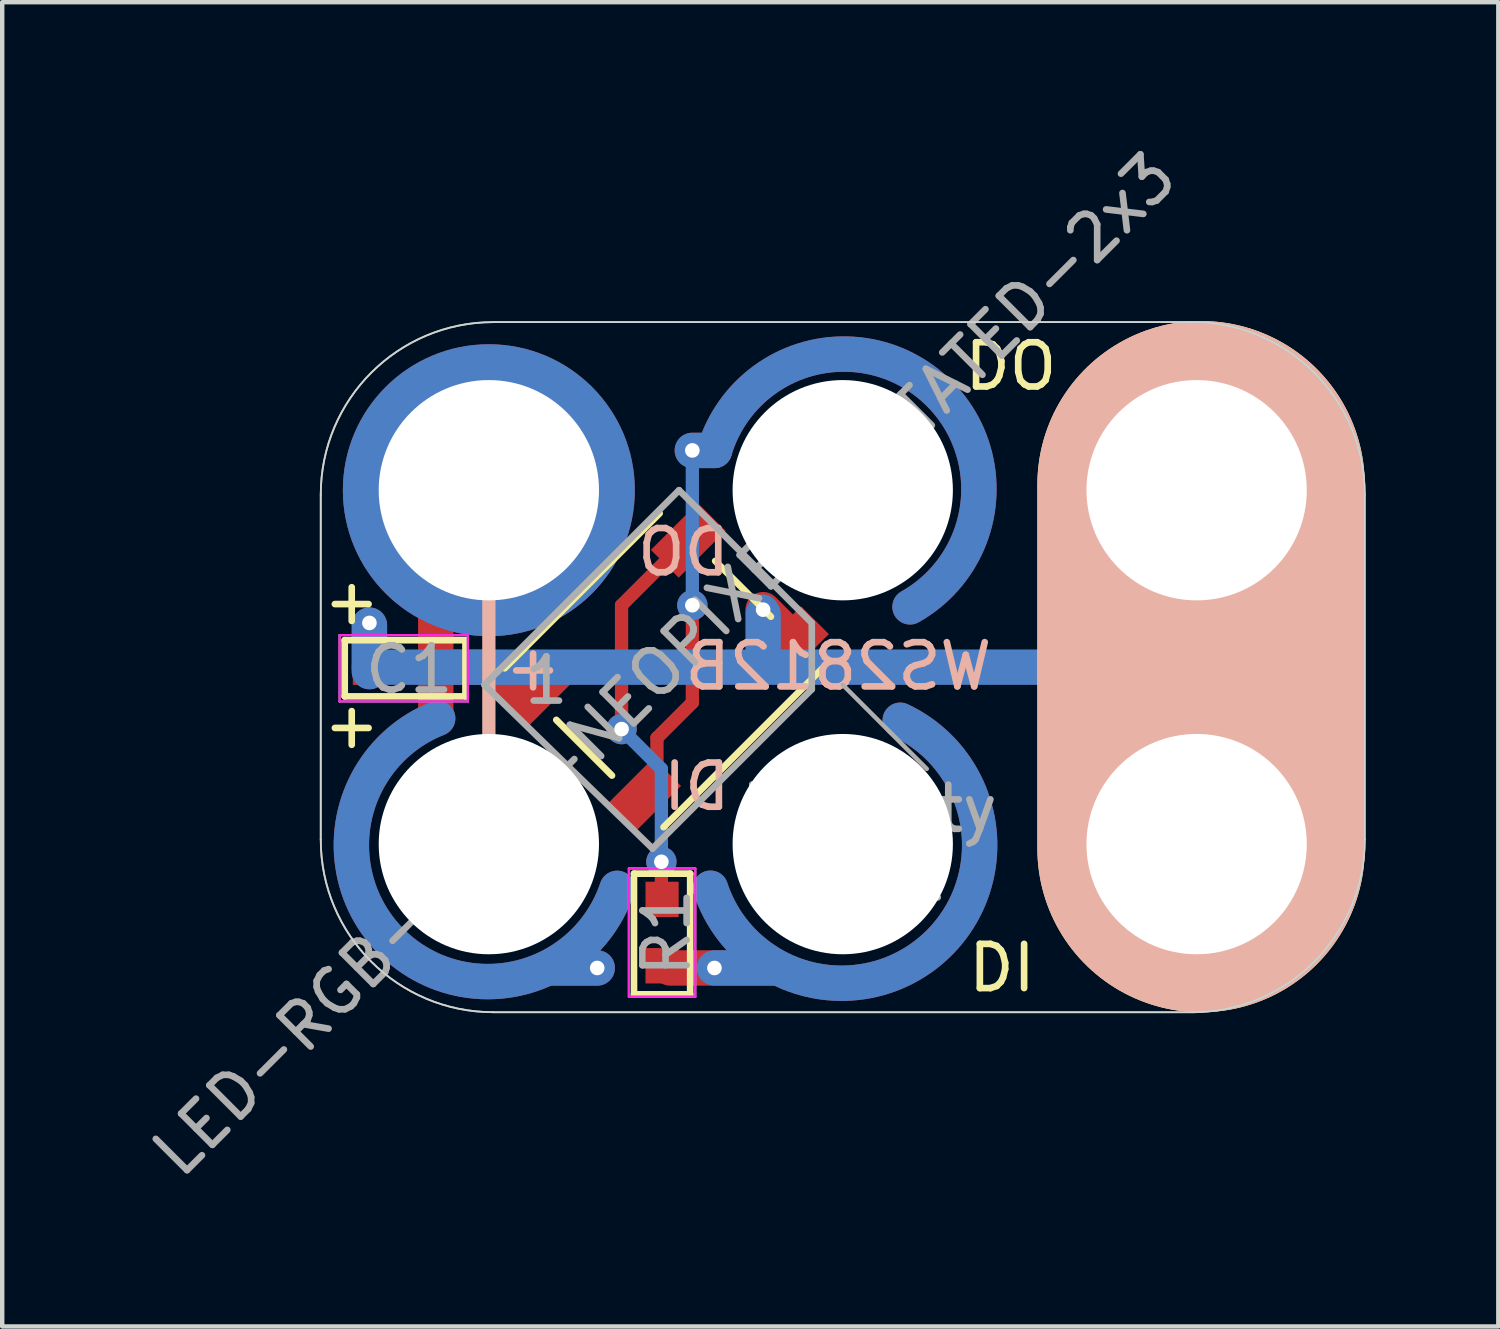
<source format=kicad_pcb>
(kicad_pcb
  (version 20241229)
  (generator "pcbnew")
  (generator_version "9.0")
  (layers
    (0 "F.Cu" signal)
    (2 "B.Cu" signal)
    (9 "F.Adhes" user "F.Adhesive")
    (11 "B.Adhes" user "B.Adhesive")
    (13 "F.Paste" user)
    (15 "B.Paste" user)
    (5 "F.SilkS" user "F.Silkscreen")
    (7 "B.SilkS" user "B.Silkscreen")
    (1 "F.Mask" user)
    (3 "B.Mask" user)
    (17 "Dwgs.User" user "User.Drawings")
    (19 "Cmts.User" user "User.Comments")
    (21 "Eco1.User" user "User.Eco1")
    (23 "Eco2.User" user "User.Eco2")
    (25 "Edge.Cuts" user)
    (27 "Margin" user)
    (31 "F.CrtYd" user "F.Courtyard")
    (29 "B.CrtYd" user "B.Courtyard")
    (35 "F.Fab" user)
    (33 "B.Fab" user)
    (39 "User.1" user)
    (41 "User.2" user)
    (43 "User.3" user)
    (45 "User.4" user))
  (footprint "LED-RGB-5050-NEOPIXEL-ROTATED-2x3"
    (layer "F.Cu")
    (at 8.001 16.032)
    (property "Reference" "LED-RGB-5050-NEOPIXEL-ROTATED-2x3" (at 3.968 -4.063 45) (layer "F.Fab") (effects (font (size 1 1) (thickness 0.15))))
    (attr smd)
    (fp_line (start -2.7 -3.9) (end -2.7 -4.95) (stroke (width 0.8) (type solid)) (layer "F.Cu"))
    (fp_line (start -1.2 -4) (end -0.1 -4) (stroke (width 0.8) (type solid)) (layer "F.Cu"))
    (fp_line (start -1.2 -2.9) (end -1.2 -6.6) (stroke (width 0.8) (type solid)) (layer "F.Cu"))
    (fp_line (start 0.8 -3.3) (end 0 -4) (stroke (width 0.8) (type solid)) (layer "F.Cu"))
    (fp_line (start 1.5 2.8) (end 2.45 2.8) (stroke (width 0.8) (type solid)) (layer "F.Cu"))
    (fp_line (start 3 -2.6) (end 3 -5.4) (stroke (width 0.3) (type solid)) (layer "F.Cu"))
    (fp_line (start 3.8 -2.4) (end 3.8 -1.5) (stroke (width 0.3) (type solid)) (layer "F.Cu"))
    (fp_line (start 3.8 -2.4) (end 4.6 -3.2) (stroke (width 0.3) (type solid)) (layer "F.Cu"))
    (fp_line (start 3.9 1.3) (end 3.9 0.4) (stroke (width 0.3) (type solid)) (layer "F.Cu"))
    (fp_line (start 4.1 2.8) (end 6.5 2.8) (stroke (width 0.8) (type solid)) (layer "F.Cu"))
    (fp_line (start 4.3 -6.7) (end 3 -5.4) (stroke (width 0.3) (type solid)) (layer "F.Cu"))
    (fp_line (start 4.6 -8.9) (end 5.1 -8.9) (stroke (width 0.8) (type solid)) (layer "F.Cu"))
    (fp_line (start 4.6 -3.2) (end 4.6 -5.4) (stroke (width 0.3) (type solid)) (layer "F.Cu"))
    (fp_line (start 6.9 -4.6) (end 6.2 -5.3) (stroke (width 0.8) (type solid)) (layer "F.Cu"))
    (fp_arc (start 2.9 1) (mid -2.145512 2.263231) (end -1.156457 -2.84311) (stroke (width 0.8) (type solid)) (layer "F.Cu"))
    (fp_arc (start 5.1 -8.9) (mid 9.932205 -10.409076) (end 9.520807 -5.363457) (stroke (width 0.8) (type solid)) (layer "F.Cu"))
    (fp_arc (start 9.3 -2.8) (mid 10.042933 2.361644) (end 5.009881 0.996761) (stroke (width 0.8) (type solid)) (layer "F.Cu"))
    (fp_arc (start 2.9 1) (mid -2.145512 2.263231) (end -1.156458 -2.84311) (stroke (width 0.8) (type solid)) (layer "F.Mask"))
    (fp_arc (start 5.1 -8.9) (mid 9.932299 -10.409001) (end 9.520597 -5.363339) (stroke (width 0.8) (type solid)) (layer "F.Mask"))
    (fp_arc (start 9.3 -2.8) (mid 10.042933 2.361644) (end 5.009881 0.996761) (stroke (width 0.8) (type solid)) (layer "F.Mask"))
    (fp_line (start -2.7 -3.9) (end -2.7 -4.95) (stroke (width 0.8) (type solid)) (layer "B.Cu"))
    (fp_line (start 1.4 2.8) (end 2.45 2.8) (stroke (width 0.8) (type solid)) (layer "B.Cu"))
    (fp_line (start 3.9 -1.7) (end 3 -2.6) (stroke (width 0.3) (type solid)) (layer "B.Cu"))
    (fp_line (start 3.9 -1.7) (end 3.9 0.4) (stroke (width 0.3) (type solid)) (layer "B.Cu"))
    (fp_line (start 4.6 -8.9) (end 5.1 -8.9) (stroke (width 0.8) (type solid)) (layer "B.Cu"))
    (fp_line (start 4.6 -5.4) (end 4.6 -8.9) (stroke (width 0.3) (type solid)) (layer "B.Cu"))
    (fp_line (start 5.1 2.8) (end 6.5 2.8) (stroke (width 0.8) (type solid)) (layer "B.Cu"))
    (fp_line (start 6.2 -4) (end 6.2 -5.2) (stroke (width 0.8) (type solid)) (layer "B.Cu"))
    (fp_line (start 16.1 -4) (end -2.7 -4) (stroke (width 0.8) (type solid)) (layer "B.Cu"))
    (fp_line (start 16.1 -0.1) (end 16.1 -8.2) (stroke (width 0.8) (type solid)) (layer "B.Cu"))
    (fp_arc (start 2.9 1) (mid -2.145512 2.263231) (end -1.156457 -2.84311) (stroke (width 0.8) (type solid)) (layer "B.Cu"))
    (fp_arc (start 5.1 -8.9) (mid 9.932206 -10.409075) (end 9.520806 -5.363456) (stroke (width 0.8) (type solid)) (layer "B.Cu"))
    (fp_arc (start 9.3 -2.8) (mid 10.042933 2.361644) (end 5.009881 0.996761) (stroke (width 0.8) (type solid)) (layer "B.Cu"))
    (fp_arc (start 2.9 1) (mid -2.12482 2.282655) (end -1.209064 -2.821795) (stroke (width 0.8) (type solid)) (layer "B.Mask"))
    (fp_arc (start 5.1 -8.9) (mid 9.932204 -10.409077) (end 9.520809 -5.363458) (stroke (width 0.8) (type solid)) (layer "B.Mask"))
    (fp_arc (start 9.3 -2.8) (mid 10.042933 2.361644) (end 5.009881 0.996761) (stroke (width 0.8) (type solid)) (layer "B.Mask"))
    (fp_line (start -3.259 -4.61) (end -0.528 -4.61) (stroke (width 0.15) (type solid)) (layer "F.SilkS"))
    (fp_line (start -3.259 -3.34) (end -3.259 -4.61) (stroke (width 0.152) (type solid)) (layer "F.SilkS"))
    (fp_line (start -0.528 -3.34) (end -3.259 -3.34) (stroke (width 0.15) (type solid)) (layer "F.SilkS"))
    (fp_line (start -0.528 -3.34) (end -0.528 -4.61) (stroke (width 0.152) (type solid)) (layer "F.SilkS"))
    (fp_line (start 0.358 -3.975) (end 3.86 -7.477) (stroke (width 0.152) (type solid)) (layer "F.SilkS"))
    (fp_line (start 2.783 -1.55) (end 1.525 -2.808) (stroke (width 0.152) (type solid)) (layer "F.SilkS"))
    (fp_line (start 3.281 0.667) (end 4.551 0.667) (stroke (width 0.152) (type solid)) (layer "F.SilkS"))
    (fp_line (start 3.281 3.397) (end 3.281 0.667) (stroke (width 0.15) (type solid)) (layer "F.SilkS"))
    (fp_line (start 3.281 3.397) (end 4.551 3.397) (stroke (width 0.152) (type solid)) (layer "F.SilkS"))
    (fp_line (start 4.551 0.667) (end 4.551 3.397) (stroke (width 0.15) (type solid)) (layer "F.SilkS"))
    (fp_line (start 6.375 -5.142) (end 5.117 -6.4) (stroke (width 0.152) (type solid)) (layer "F.SilkS"))
    (fp_line (start 7.542 -3.975) (end 3.95 -0.383) (stroke (width 0.152) (type solid)) (layer "F.SilkS"))
    (fp_line (start 16.1 -8.125) (end 16.1 0.1) (stroke (width 7.4) (type solid)) (layer "F.SilkS"))
    (fp_line (start 0 -2.1) (end 0 -5.6) (stroke (width 0.3) (type solid)) (layer "B.SilkS"))
    (fp_line (start 16.1 -8.125) (end 16.1 0.1) (stroke (width 7.4) (type solid)) (layer "B.SilkS"))
    (fp_line (start -3.8 -0.1) (end -3.8 -7.9) (stroke (width 0.041) (type solid)) (layer "Edge.Cuts"))
    (fp_line (start 15.9 -11.8) (end 0.1 -11.8) (stroke (width 0.041) (type solid)) (layer "Edge.Cuts"))
    (fp_line (start 15.9 3.8) (end 0.1 3.8) (stroke (width 0.041) (type solid)) (layer "Edge.Cuts"))
    (fp_line (start 19.8 -0.1) (end 19.8 -7.9) (stroke (width 0.041) (type solid)) (layer "Edge.Cuts"))
    (fp_arc (start -3.8 -7.9) (mid -2.657716 -10.657716) (end 0.1 -11.8) (stroke (width 0.04064) (type solid)) (layer "Edge.Cuts"))
    (fp_arc (start 0.1 3.8) (mid -2.657716 2.657716) (end -3.8 -0.1) (stroke (width 0.04064) (type solid)) (layer "Edge.Cuts"))
    (fp_arc (start 15.9 -11.8) (mid 18.657716 -10.657716) (end 19.8 -7.9) (stroke (width 0.04064) (type solid)) (layer "Edge.Cuts"))
    (fp_arc (start 19.8 -0.1) (mid 18.657716 2.657716) (end 15.9 3.8) (stroke (width 0.04064) (type solid)) (layer "Edge.Cuts"))
    (fp_line (start -3.375 -3.225) (end -3.375 -4.725) (stroke (width 0.05) (type solid)) (layer "F.CrtYd"))
    (fp_line (start -0.475 -4.725) (end -3.375 -4.725) (stroke (width 0.05) (type solid)) (layer "F.CrtYd"))
    (fp_line (start -0.475 -3.225) (end -3.375 -3.225) (stroke (width 0.05) (type solid)) (layer "F.CrtYd"))
    (fp_line (start -0.475 -3.225) (end -0.475 -4.725) (stroke (width 0.05) (type solid)) (layer "F.CrtYd"))
    (fp_line (start 3.166 0.55) (end 4.666 0.55) (stroke (width 0.05) (type solid)) (layer "F.CrtYd"))
    (fp_line (start 3.166 3.45) (end 3.166 0.55) (stroke (width 0.05) (type solid)) (layer "F.CrtYd"))
    (fp_line (start 3.166 3.45) (end 4.666 3.45) (stroke (width 0.05) (type solid)) (layer "F.CrtYd"))
    (fp_line (start 4.666 3.45) (end 4.666 0.55) (stroke (width 0.05) (type solid)) (layer "F.CrtYd"))
    (fp_line (start -3.8 -0.1) (end -3.8 -7.9) (stroke (width 0.041) (type solid)) (layer "F.Fab"))
    (fp_line (start -3.375 -3.225) (end -3.375 -4.725) (stroke (width 0.05) (type solid)) (layer "F.Fab"))
    (fp_line (start -0.475 -4.725) (end -3.375 -4.725) (stroke (width 0.05) (type solid)) (layer "F.Fab"))
    (fp_line (start -0.475 -3.225) (end -3.375 -3.225) (stroke (width 0.05) (type solid)) (layer "F.Fab"))
    (fp_line (start -0.475 -3.225) (end -0.475 -4.725) (stroke (width 0.05) (type solid)) (layer "F.Fab"))
    (fp_line (start -0.1 -3.6) (end 0.2 -3.9) (stroke (width 0.15) (type solid)) (layer "F.Fab"))
    (fp_line (start 0.2 -3.9) (end 4.3 -8) (stroke (width 0.15) (type solid)) (layer "F.Fab"))
    (fp_line (start 3.166 0.55) (end 4.666 0.55) (stroke (width 0.05) (type solid)) (layer "F.Fab"))
    (fp_line (start 3.166 3.45) (end 3.166 0.55) (stroke (width 0.05) (type solid)) (layer "F.Fab"))
    (fp_line (start 3.166 3.45) (end 4.666 3.45) (stroke (width 0.05) (type solid)) (layer "F.Fab"))
    (fp_line (start 3.7 0.1) (end -0.1 -3.6) (stroke (width 0.15) (type solid)) (layer "F.Fab"))
    (fp_line (start 4.3 -8) (end 7.3 -5) (stroke (width 0.15) (type solid)) (layer "F.Fab"))
    (fp_line (start 4.666 3.45) (end 4.666 0.55) (stroke (width 0.05) (type solid)) (layer "F.Fab"))
    (fp_line (start 7.3 -5) (end 7.3 -3.5) (stroke (width 0.15) (type solid)) (layer "F.Fab"))
    (fp_line (start 7.3 -3.5) (end 3.7 0.1) (stroke (width 0.15) (type solid)) (layer "F.Fab"))
    (fp_line (start 9.9 -1.7) (end 8 -3.6) (stroke (width 0.1) (type solid)) (layer "F.Fab"))
    (fp_line (start 16 -11.8) (end 0.1 -11.8) (stroke (width 0.041) (type solid)) (layer "F.Fab"))
    (fp_line (start 16 3.8) (end 0.1 3.8) (stroke (width 0.041) (type solid)) (layer "F.Fab"))
    (fp_line (start 19.8 -0.1) (end 19.8 -7.9) (stroke (width 0.041) (type solid)) (layer "F.Fab"))
    (fp_arc (start -3.8 -7.9) (mid -2.657716 -10.657716) (end 0.1 -11.8) (stroke (width 0.04064) (type solid)) (layer "F.Fab"))
    (fp_arc (start 0.1 3.8) (mid -2.657716 2.657716) (end -3.8 -0.1) (stroke (width 0.04064) (type solid)) (layer "F.Fab"))
    (fp_arc (start 15.9 -11.8) (mid 18.657716 -10.657716) (end 19.8 -7.9) (stroke (width 0.04064) (type solid)) (layer "F.Fab"))
    (fp_arc (start 19.8 -0.1) (mid 18.657716 2.657716) (end 15.9 3.8) (stroke (width 0.04064) (type solid)) (layer "F.Fab"))
    (fp_text user "+" (at -3.1 -5.5 0) (layer "F.SilkS") (effects (font (size 1 1) (thickness 0.15))))
    (fp_text user "DI" (at 11.6 2.8 0) (layer "F.SilkS") (effects (font (size 1 1) (thickness 0.15))))
    (fp_text user "+" (at -3.1 -2.7 0) (layer "F.SilkS") (effects (font (size 1 1) (thickness 0.15))))
    (fp_text user "DO" (at 11.8 -10.8 0) (layer "F.SilkS") (effects (font (size 1 1) (thickness 0.15))))
    (fp_text user "DI" (at 4.7 -1.3 0) (layer "B.SilkS") (effects (font (size 1 1) (thickness 0.15)) (justify mirror)))
    (fp_text user "DO" (at 4.4 -6.6 0) (layer "B.SilkS") (effects (font (size 1 1) (thickness 0.15)) (justify mirror)))
    (fp_text user "WS2812B" (at 7.9 -4.02 180) (layer "B.SilkS") (effects (font (size 1 1) (thickness 0.15)) (justify mirror)))
    (fp_text user "+" (at 1 -4 0) (layer "B.SilkS") (effects (font (size 1 1) (thickness 0.15)) (justify mirror)))
    (fp_text user "Mark" (at 8.6 0.75 180) (layer "F.Fab") (effects (font (size 1 1) (thickness 0.15))))
    (fp_text user "Polarity" (at 8.6 -0.8 180) (layer "F.Fab") (effects (font (size 1 1) (thickness 0.15))))
    (fp_text user "1" (at 1.3 -3.7 0) (layer "F.Fab") (effects (font (size 1 1) (thickness 0.15))))
    (fp_text user "C1" (at -1.8 -3.95 0) (layer "F.Fab") (effects (font (size 1 1) (thickness 0.15))))
    (fp_text user "R1" (at 4.016 2 90) (layer "F.Fab") (effects (font (size 1 1) (thickness 0.15))))
    (pad "" np_thru_hole circle (at 0 0) (size 4.98 4.98) (drill 4.98) (layers "*.Cu"))
    (pad "" np_thru_hole circle (at 8 -8) (size 4.98 4.98) (drill 4.98) (layers "*.Cu"))
    (pad "" np_thru_hole circle (at 8 0) (size 4.98 4.98) (drill 4.98) (layers "*.Cu"))
    (pad "DIN" thru_hole circle (at 3 -2.6) (size 0.686 0.686) (drill 0.33) (layers "*.Cu"))
    (pad "DIN" thru_hole circle (at 3.9 0.4 270) (size 0.686 0.686) (drill 0.33) (layers "*.Cu"))
    (pad "DIN" smd rect (at 3.916 1.25 90) (size 0.8 0.75) (layers "F.Cu" "F.Mask" "F.Paste"))
    (pad "DIN" smd rect (at 4.507 -6.867 225) (size 1.499 0.889) (layers "F.Cu" "F.Mask" "F.Paste"))
    (pad "DIN2" smd rect (at 3.916 2.75 90) (size 0.8 0.75) (layers "F.Cu" "F.Mask" "F.Paste"))
    (pad "DIN2" thru_hole circle (at 5.1 2.8 270) (size 0.686 0.686) (drill 0.33) (layers "*.Cu"))
    (pad "DOUT" smd rect (at 3.5 -1.1 225) (size 1.499 0.889) (layers "F.Cu" "F.Mask" "F.Paste"))
    (pad "DOUT" thru_hole circle (at 4.6 -8.9) (size 0.686 0.686) (drill 0.33) (layers "*.Cu"))
    (pad "DOUT" thru_hole circle (at 4.6 -5.4) (size 0.686 0.686) (drill 0.33) (layers "*.Cu"))
    (pad "GND" thru_hole circle (at -2.7 -5) (size 0.686 0.686) (drill 0.33) (layers "*.Cu"))
    (pad "GND" smd rect (at -2.675 -3.975 180) (size 0.8 0.75) (layers "F.Cu" "F.Mask" "F.Paste"))
    (pad "GND" thru_hole circle (at 6.2 -5.3) (size 0.686 0.686) (drill 0.33) (layers "*.Cu"))
    (pad "GND" smd rect (at 6.842 -4.532 225) (size 1.499 0.889) (layers "F.Cu" "F.Mask" "F.Paste"))
    (pad "GND" thru_hole circle (at 16 -8) (size 6.6 6.6) (drill 4.98) (layers "*.Cu" "*.Mask"))
    (pad "GND" thru_hole circle (at 16 0) (size 6.6 6.6) (drill 4.98) (layers "*.Cu" "*.Mask"))
    (pad "VCC" smd rect (at -1.175 -3.975 180) (size 0.8 0.75) (layers "F.Cu" "F.Mask" "F.Paste"))
    (pad "VCC" thru_hole circle (at 0 -8) (size 6.6 6.6) (drill 4.98) (layers "*.Cu" "*.Mask"))
    (pad "VCC" smd rect (at 1.1 -3.5 225) (size 1.499 0.889) (layers "F.Cu" "F.Mask" "F.Paste"))
    (pad "VCC" thru_hole circle (at 2.45 2.8) (size 0.686 0.686) (drill 0.33) (layers "*.Cu")))
  (gr_rect
    (start -3 -3)
    (end 30.821 26.936)
    (stroke (width 0.1) (type default))
    (fill no)
    (layer "Edge.Cuts")))
</source>
